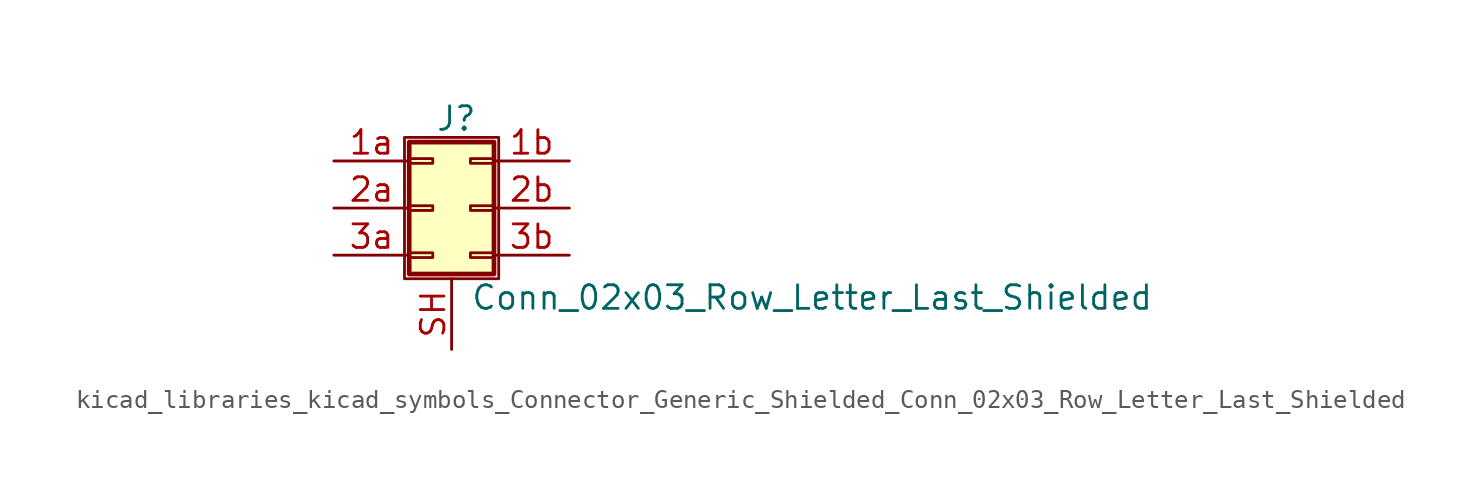
<source format=kicad_sym>
(kicad_symbol_lib
  (version 20220914)
  (generator kicad_symbol_editor)
  (symbol "kicad_libraries_kicad_symbols_Connector_Generic_Shielded_Conn_02x03_Row_Letter_Last_Shielded"
    (pin_names
      (offset 1.016) hide)
    (property "Reference" "J"
      (at 1.524 4.826 0)
      (effects (font (size 1.27 1.27))))
    (property "Value" "Conn_02x03_Row_Letter_Last_Shielded"
      (at 2.286 -4.826 0)
      (effects (font (size 1.27 1.27)) (justify left)))
    (symbol "kicad_libraries_kicad_symbols_Connector_Generic_Shielded_Conn_02x03_Row_Letter_Last_Shielded_1_1"
      (rectangle (start -1.27 3.81) (end 3.81 -3.81) (stroke (width 0.152) (type default)) (fill (type none)))
      (rectangle (start -1.016 -2.413) (end 0.254 -2.667) (stroke (width 0.152) (type default)) (fill (type none)))
      (rectangle (start -1.016 0.127) (end 0.254 -0.127) (stroke (width 0.152) (type default)) (fill (type none)))
      (rectangle (start -1.016 2.667) (end 0.254 2.413) (stroke (width 0.152) (type default)) (fill (type none)))
      (rectangle (start -1.016 3.556) (end 3.556 -3.556) (stroke (width 0.254) (type default)) (fill (type background)))
      (rectangle (start 3.556 -2.413) (end 2.286 -2.667) (stroke (width 0.152) (type default)) (fill (type none)))
      (rectangle (start 3.556 0.127) (end 2.286 -0.127) (stroke (width 0.152) (type default)) (fill (type none)))
      (rectangle (start 3.556 2.667) (end 2.286 2.413) (stroke (width 0.152) (type default)) (fill (type none)))
      (pin passive line (at -5.08 2.54 0) (length 4.064) (name "Pin_1a" (effects (font (size 1.27 1.27)))) (number "1a" (effects (font (size 1.27 1.27)))))
      (pin passive line (at 7.62 2.54 180) (length 4.064) (name "Pin_1b" (effects (font (size 1.27 1.27)))) (number "1b" (effects (font (size 1.27 1.27)))))
      (pin passive line (at -5.08 0 0) (length 4.064) (name "Pin_2a" (effects (font (size 1.27 1.27)))) (number "2a" (effects (font (size 1.27 1.27)))))
      (pin passive line (at 7.62 0 180) (length 4.064) (name "Pin_2b" (effects (font (size 1.27 1.27)))) (number "2b" (effects (font (size 1.27 1.27)))))
      (pin passive line (at -5.08 -2.54 0) (length 4.064) (name "Pin_3a" (effects (font (size 1.27 1.27)))) (number "3a" (effects (font (size 1.27 1.27)))))
      (pin passive line (at 7.62 -2.54 180) (length 4.064) (name "Pin_3b" (effects (font (size 1.27 1.27)))) (number "3b" (effects (font (size 1.27 1.27)))))
      (pin passive line (at 1.27 -7.62 90) (length 3.81) (name "Shield" (effects (font (size 1.27 1.27)))) (number "SH" (effects (font (size 1.27 1.27))))))))
</source>
